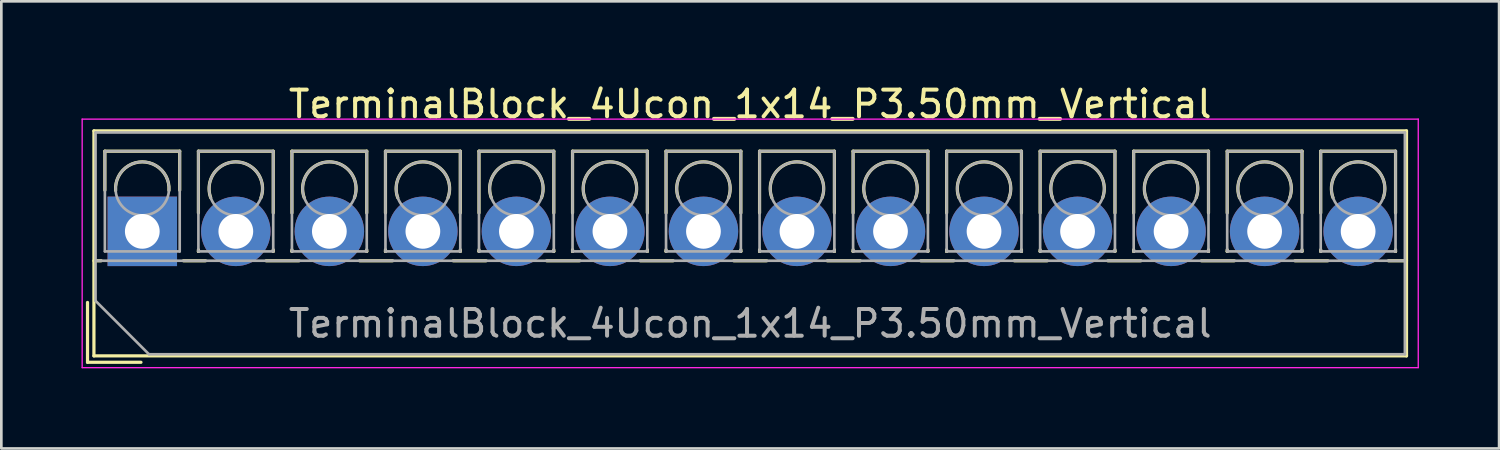
<source format=kicad_pcb>
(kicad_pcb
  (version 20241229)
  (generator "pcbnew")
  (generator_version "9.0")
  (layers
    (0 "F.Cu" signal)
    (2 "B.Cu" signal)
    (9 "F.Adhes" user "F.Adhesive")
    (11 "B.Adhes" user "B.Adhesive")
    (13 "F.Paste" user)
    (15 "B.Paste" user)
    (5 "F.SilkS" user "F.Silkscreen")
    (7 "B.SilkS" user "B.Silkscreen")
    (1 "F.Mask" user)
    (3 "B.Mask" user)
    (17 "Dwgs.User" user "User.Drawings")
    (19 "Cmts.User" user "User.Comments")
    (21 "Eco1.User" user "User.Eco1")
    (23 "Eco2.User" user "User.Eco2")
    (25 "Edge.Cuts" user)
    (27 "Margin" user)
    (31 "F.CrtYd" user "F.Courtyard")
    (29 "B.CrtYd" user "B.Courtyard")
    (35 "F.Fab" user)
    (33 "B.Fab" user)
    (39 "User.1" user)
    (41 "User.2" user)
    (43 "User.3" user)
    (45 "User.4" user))
  (footprint "TerminalBlock_4Ucon_1x14_P3.50mm_Vertical"
    (layer "F.Cu")
    (at 2.275 5.608)
    (property "Reference" "TerminalBlock_4Ucon_1x14_P3.50mm_Vertical" (at 22.75 -4.76 0) (layer "F.SilkS") (effects (font (size 1 1) (thickness 0.15))))
    (attr through_hole)
    (fp_line (start -2.05 2.66) (end -2.05 4.9) (stroke (width 0.12) (type solid)) (layer "F.SilkS"))
    (fp_line (start -2.05 4.9) (end -0.05 4.9) (stroke (width 0.12) (type solid)) (layer "F.SilkS"))
    (fp_line (start -1.81 -3.76) (end -1.81 4.66) (stroke (width 0.12) (type solid)) (layer "F.SilkS"))
    (fp_line (start -1.81 -3.76) (end 47.31 -3.76) (stroke (width 0.12) (type solid)) (layer "F.SilkS"))
    (fp_line (start -1.81 1.101) (end -1.54 1.101) (stroke (width 0.12) (type solid)) (layer "F.SilkS"))
    (fp_line (start -1.81 4.66) (end 47.31 4.66) (stroke (width 0.12) (type solid)) (layer "F.SilkS"))
    (fp_line (start -1.4 -3) (end -1.4 -1.54) (stroke (width 0.12) (type solid)) (layer "F.SilkS"))
    (fp_line (start -1.4 -3) (end 1.4 -3) (stroke (width 0.12) (type solid)) (layer "F.SilkS"))
    (fp_line (start 1.4 -3) (end 1.4 -1.54) (stroke (width 0.12) (type solid)) (layer "F.SilkS"))
    (fp_line (start 1.54 1.101) (end 2.367 1.101) (stroke (width 0.12) (type solid)) (layer "F.SilkS"))
    (fp_line (start 2.1 -3) (end 2.1 -0.689) (stroke (width 0.12) (type solid)) (layer "F.SilkS"))
    (fp_line (start 2.1 -3) (end 4.9 -3) (stroke (width 0.12) (type solid)) (layer "F.SilkS"))
    (fp_line (start 2.1 0.689) (end 2.1 0.75) (stroke (width 0.12) (type solid)) (layer "F.SilkS"))
    (fp_line (start 2.1 0.75) (end 2.101 0.75) (stroke (width 0.12) (type solid)) (layer "F.SilkS"))
    (fp_line (start 4.634 1.101) (end 5.867 1.101) (stroke (width 0.12) (type solid)) (layer "F.SilkS"))
    (fp_line (start 4.9 -3) (end 4.9 -0.689) (stroke (width 0.12) (type solid)) (layer "F.SilkS"))
    (fp_line (start 4.9 0.689) (end 4.9 0.75) (stroke (width 0.12) (type solid)) (layer "F.SilkS"))
    (fp_line (start 4.9 0.75) (end 4.9 0.75) (stroke (width 0.12) (type solid)) (layer "F.SilkS"))
    (fp_line (start 5.6 -3) (end 5.6 -0.689) (stroke (width 0.12) (type solid)) (layer "F.SilkS"))
    (fp_line (start 5.6 -3) (end 8.4 -3) (stroke (width 0.12) (type solid)) (layer "F.SilkS"))
    (fp_line (start 5.6 0.689) (end 5.6 0.75) (stroke (width 0.12) (type solid)) (layer "F.SilkS"))
    (fp_line (start 5.6 0.75) (end 5.601 0.75) (stroke (width 0.12) (type solid)) (layer "F.SilkS"))
    (fp_line (start 8.134 1.101) (end 9.367 1.101) (stroke (width 0.12) (type solid)) (layer "F.SilkS"))
    (fp_line (start 8.4 -3) (end 8.4 -0.689) (stroke (width 0.12) (type solid)) (layer "F.SilkS"))
    (fp_line (start 8.4 0.689) (end 8.4 0.75) (stroke (width 0.12) (type solid)) (layer "F.SilkS"))
    (fp_line (start 8.4 0.75) (end 8.4 0.75) (stroke (width 0.12) (type solid)) (layer "F.SilkS"))
    (fp_line (start 9.1 -3) (end 9.1 -0.689) (stroke (width 0.12) (type solid)) (layer "F.SilkS"))
    (fp_line (start 9.1 -3) (end 11.9 -3) (stroke (width 0.12) (type solid)) (layer "F.SilkS"))
    (fp_line (start 9.1 0.689) (end 9.1 0.75) (stroke (width 0.12) (type solid)) (layer "F.SilkS"))
    (fp_line (start 9.1 0.75) (end 9.101 0.75) (stroke (width 0.12) (type solid)) (layer "F.SilkS"))
    (fp_line (start 11.634 1.101) (end 12.867 1.101) (stroke (width 0.12) (type solid)) (layer "F.SilkS"))
    (fp_line (start 11.9 -3) (end 11.9 -0.689) (stroke (width 0.12) (type solid)) (layer "F.SilkS"))
    (fp_line (start 11.9 0.689) (end 11.9 0.75) (stroke (width 0.12) (type solid)) (layer "F.SilkS"))
    (fp_line (start 11.9 0.75) (end 11.9 0.75) (stroke (width 0.12) (type solid)) (layer "F.SilkS"))
    (fp_line (start 12.6 -3) (end 12.6 -0.689) (stroke (width 0.12) (type solid)) (layer "F.SilkS"))
    (fp_line (start 12.6 -3) (end 15.4 -3) (stroke (width 0.12) (type solid)) (layer "F.SilkS"))
    (fp_line (start 12.6 0.689) (end 12.6 0.75) (stroke (width 0.12) (type solid)) (layer "F.SilkS"))
    (fp_line (start 12.6 0.75) (end 12.601 0.75) (stroke (width 0.12) (type solid)) (layer "F.SilkS"))
    (fp_line (start 15.134 1.101) (end 16.367 1.101) (stroke (width 0.12) (type solid)) (layer "F.SilkS"))
    (fp_line (start 15.4 -3) (end 15.4 -0.689) (stroke (width 0.12) (type solid)) (layer "F.SilkS"))
    (fp_line (start 15.4 0.689) (end 15.4 0.75) (stroke (width 0.12) (type solid)) (layer "F.SilkS"))
    (fp_line (start 15.4 0.75) (end 15.4 0.75) (stroke (width 0.12) (type solid)) (layer "F.SilkS"))
    (fp_line (start 16.101 -3) (end 16.101 -0.689) (stroke (width 0.12) (type solid)) (layer "F.SilkS"))
    (fp_line (start 16.101 -3) (end 18.9 -3) (stroke (width 0.12) (type solid)) (layer "F.SilkS"))
    (fp_line (start 16.101 0.689) (end 16.101 0.75) (stroke (width 0.12) (type solid)) (layer "F.SilkS"))
    (fp_line (start 16.101 0.75) (end 16.101 0.75) (stroke (width 0.12) (type solid)) (layer "F.SilkS"))
    (fp_line (start 18.634 1.101) (end 19.867 1.101) (stroke (width 0.12) (type solid)) (layer "F.SilkS"))
    (fp_line (start 18.9 -3) (end 18.9 -0.689) (stroke (width 0.12) (type solid)) (layer "F.SilkS"))
    (fp_line (start 18.9 0.689) (end 18.9 0.75) (stroke (width 0.12) (type solid)) (layer "F.SilkS"))
    (fp_line (start 18.9 0.75) (end 18.9 0.75) (stroke (width 0.12) (type solid)) (layer "F.SilkS"))
    (fp_line (start 19.6 -3) (end 19.6 -0.689) (stroke (width 0.12) (type solid)) (layer "F.SilkS"))
    (fp_line (start 19.6 -3) (end 22.4 -3) (stroke (width 0.12) (type solid)) (layer "F.SilkS"))
    (fp_line (start 19.6 0.689) (end 19.6 0.75) (stroke (width 0.12) (type solid)) (layer "F.SilkS"))
    (fp_line (start 19.6 0.75) (end 19.601 0.75) (stroke (width 0.12) (type solid)) (layer "F.SilkS"))
    (fp_line (start 22.134 1.101) (end 23.367 1.101) (stroke (width 0.12) (type solid)) (layer "F.SilkS"))
    (fp_line (start 22.4 -3) (end 22.4 -0.689) (stroke (width 0.12) (type solid)) (layer "F.SilkS"))
    (fp_line (start 22.4 0.689) (end 22.4 0.75) (stroke (width 0.12) (type solid)) (layer "F.SilkS"))
    (fp_line (start 22.4 0.75) (end 22.4 0.75) (stroke (width 0.12) (type solid)) (layer "F.SilkS"))
    (fp_line (start 23.1 -3) (end 23.1 -0.689) (stroke (width 0.12) (type solid)) (layer "F.SilkS"))
    (fp_line (start 23.1 -3) (end 25.9 -3) (stroke (width 0.12) (type solid)) (layer "F.SilkS"))
    (fp_line (start 23.1 0.689) (end 23.1 0.75) (stroke (width 0.12) (type solid)) (layer "F.SilkS"))
    (fp_line (start 23.1 0.75) (end 23.101 0.75) (stroke (width 0.12) (type solid)) (layer "F.SilkS"))
    (fp_line (start 25.634 1.101) (end 26.867 1.101) (stroke (width 0.12) (type solid)) (layer "F.SilkS"))
    (fp_line (start 25.9 -3) (end 25.9 -0.689) (stroke (width 0.12) (type solid)) (layer "F.SilkS"))
    (fp_line (start 25.9 0.689) (end 25.9 0.75) (stroke (width 0.12) (type solid)) (layer "F.SilkS"))
    (fp_line (start 25.9 0.75) (end 25.9 0.75) (stroke (width 0.12) (type solid)) (layer "F.SilkS"))
    (fp_line (start 26.6 -3) (end 26.6 -0.689) (stroke (width 0.12) (type solid)) (layer "F.SilkS"))
    (fp_line (start 26.6 -3) (end 29.4 -3) (stroke (width 0.12) (type solid)) (layer "F.SilkS"))
    (fp_line (start 26.6 0.689) (end 26.6 0.75) (stroke (width 0.12) (type solid)) (layer "F.SilkS"))
    (fp_line (start 26.6 0.75) (end 26.601 0.75) (stroke (width 0.12) (type solid)) (layer "F.SilkS"))
    (fp_line (start 29.134 1.101) (end 30.367 1.101) (stroke (width 0.12) (type solid)) (layer "F.SilkS"))
    (fp_line (start 29.4 -3) (end 29.4 -0.689) (stroke (width 0.12) (type solid)) (layer "F.SilkS"))
    (fp_line (start 29.4 0.689) (end 29.4 0.75) (stroke (width 0.12) (type solid)) (layer "F.SilkS"))
    (fp_line (start 29.4 0.75) (end 29.4 0.75) (stroke (width 0.12) (type solid)) (layer "F.SilkS"))
    (fp_line (start 30.1 -3) (end 30.1 -0.689) (stroke (width 0.12) (type solid)) (layer "F.SilkS"))
    (fp_line (start 30.1 -3) (end 32.9 -3) (stroke (width 0.12) (type solid)) (layer "F.SilkS"))
    (fp_line (start 30.1 0.689) (end 30.1 0.75) (stroke (width 0.12) (type solid)) (layer "F.SilkS"))
    (fp_line (start 30.1 0.75) (end 30.101 0.75) (stroke (width 0.12) (type solid)) (layer "F.SilkS"))
    (fp_line (start 32.634 1.101) (end 33.867 1.101) (stroke (width 0.12) (type solid)) (layer "F.SilkS"))
    (fp_line (start 32.9 -3) (end 32.9 -0.689) (stroke (width 0.12) (type solid)) (layer "F.SilkS"))
    (fp_line (start 32.9 0.689) (end 32.9 0.75) (stroke (width 0.12) (type solid)) (layer "F.SilkS"))
    (fp_line (start 32.9 0.75) (end 32.9 0.75) (stroke (width 0.12) (type solid)) (layer "F.SilkS"))
    (fp_line (start 33.6 -3) (end 33.6 -0.689) (stroke (width 0.12) (type solid)) (layer "F.SilkS"))
    (fp_line (start 33.6 -3) (end 36.4 -3) (stroke (width 0.12) (type solid)) (layer "F.SilkS"))
    (fp_line (start 33.6 0.689) (end 33.6 0.75) (stroke (width 0.12) (type solid)) (layer "F.SilkS"))
    (fp_line (start 33.6 0.75) (end 33.601 0.75) (stroke (width 0.12) (type solid)) (layer "F.SilkS"))
    (fp_line (start 36.134 1.101) (end 37.367 1.101) (stroke (width 0.12) (type solid)) (layer "F.SilkS"))
    (fp_line (start 36.4 -3) (end 36.4 -0.689) (stroke (width 0.12) (type solid)) (layer "F.SilkS"))
    (fp_line (start 36.4 0.689) (end 36.4 0.75) (stroke (width 0.12) (type solid)) (layer "F.SilkS"))
    (fp_line (start 36.4 0.75) (end 36.4 0.75) (stroke (width 0.12) (type solid)) (layer "F.SilkS"))
    (fp_line (start 37.1 -3) (end 37.1 -0.689) (stroke (width 0.12) (type solid)) (layer "F.SilkS"))
    (fp_line (start 37.1 -3) (end 39.9 -3) (stroke (width 0.12) (type solid)) (layer "F.SilkS"))
    (fp_line (start 37.1 0.689) (end 37.1 0.75) (stroke (width 0.12) (type solid)) (layer "F.SilkS"))
    (fp_line (start 37.1 0.75) (end 37.101 0.75) (stroke (width 0.12) (type solid)) (layer "F.SilkS"))
    (fp_line (start 39.634 1.101) (end 40.867 1.101) (stroke (width 0.12) (type solid)) (layer "F.SilkS"))
    (fp_line (start 39.9 -3) (end 39.9 -0.689) (stroke (width 0.12) (type solid)) (layer "F.SilkS"))
    (fp_line (start 39.9 0.689) (end 39.9 0.75) (stroke (width 0.12) (type solid)) (layer "F.SilkS"))
    (fp_line (start 39.9 0.75) (end 39.9 0.75) (stroke (width 0.12) (type solid)) (layer "F.SilkS"))
    (fp_line (start 40.6 -3) (end 40.6 -0.689) (stroke (width 0.12) (type solid)) (layer "F.SilkS"))
    (fp_line (start 40.6 -3) (end 43.4 -3) (stroke (width 0.12) (type solid)) (layer "F.SilkS"))
    (fp_line (start 40.6 0.689) (end 40.6 0.75) (stroke (width 0.12) (type solid)) (layer "F.SilkS"))
    (fp_line (start 40.6 0.75) (end 40.601 0.75) (stroke (width 0.12) (type solid)) (layer "F.SilkS"))
    (fp_line (start 43.134 1.101) (end 44.367 1.101) (stroke (width 0.12) (type solid)) (layer "F.SilkS"))
    (fp_line (start 43.4 -3) (end 43.4 -0.689) (stroke (width 0.12) (type solid)) (layer "F.SilkS"))
    (fp_line (start 43.4 0.689) (end 43.4 0.75) (stroke (width 0.12) (type solid)) (layer "F.SilkS"))
    (fp_line (start 43.4 0.75) (end 43.4 0.75) (stroke (width 0.12) (type solid)) (layer "F.SilkS"))
    (fp_line (start 44.1 -3) (end 44.1 -0.689) (stroke (width 0.12) (type solid)) (layer "F.SilkS"))
    (fp_line (start 44.1 -3) (end 46.9 -3) (stroke (width 0.12) (type solid)) (layer "F.SilkS"))
    (fp_line (start 44.1 0.689) (end 44.1 0.75) (stroke (width 0.12) (type solid)) (layer "F.SilkS"))
    (fp_line (start 44.1 0.75) (end 44.101 0.75) (stroke (width 0.12) (type solid)) (layer "F.SilkS"))
    (fp_line (start 46.634 1.101) (end 47.31 1.101) (stroke (width 0.12) (type solid)) (layer "F.SilkS"))
    (fp_line (start 46.9 -3) (end 46.9 -0.689) (stroke (width 0.12) (type solid)) (layer "F.SilkS"))
    (fp_line (start 46.9 0.689) (end 46.9 0.75) (stroke (width 0.12) (type solid)) (layer "F.SilkS"))
    (fp_line (start 46.9 0.75) (end 46.9 0.75) (stroke (width 0.12) (type solid)) (layer "F.SilkS"))
    (fp_line (start 47.31 -3.76) (end 47.31 4.66) (stroke (width 0.12) (type solid)) (layer "F.SilkS"))
    (fp_arc (start -0.99789 -1.529434) (mid -0.000785 -2.600382) (end 0.998 -1.531) (stroke (width 0.12) (type solid)) (layer "F.SilkS"))
    (fp_arc (start 2.560085 -1.257767) (mid 3.499876 -2.600282) (end 4.44 -1.258) (stroke (width 0.12) (type solid)) (layer "F.SilkS"))
    (fp_arc (start 6.060085 -1.257767) (mid 6.999876 -2.600282) (end 7.94 -1.258) (stroke (width 0.12) (type solid)) (layer "F.SilkS"))
    (fp_arc (start 9.560085 -1.257767) (mid 10.499876 -2.600282) (end 11.44 -1.258) (stroke (width 0.12) (type solid)) (layer "F.SilkS"))
    (fp_arc (start 13.060085 -1.257767) (mid 13.999876 -2.600282) (end 14.94 -1.258) (stroke (width 0.12) (type solid)) (layer "F.SilkS"))
    (fp_arc (start 16.560085 -1.257767) (mid 17.499876 -2.600282) (end 18.44 -1.258) (stroke (width 0.12) (type solid)) (layer "F.SilkS"))
    (fp_arc (start 20.060085 -1.257767) (mid 20.999876 -2.600282) (end 21.94 -1.258) (stroke (width 0.12) (type solid)) (layer "F.SilkS"))
    (fp_arc (start 23.560085 -1.257767) (mid 24.499876 -2.600282) (end 25.44 -1.258) (stroke (width 0.12) (type solid)) (layer "F.SilkS"))
    (fp_arc (start 27.060085 -1.257767) (mid 27.999876 -2.600282) (end 28.94 -1.258) (stroke (width 0.12) (type solid)) (layer "F.SilkS"))
    (fp_arc (start 30.560085 -1.257767) (mid 31.499876 -2.600282) (end 32.44 -1.258) (stroke (width 0.12) (type solid)) (layer "F.SilkS"))
    (fp_arc (start 34.060085 -1.257767) (mid 34.999876 -2.600282) (end 35.94 -1.258) (stroke (width 0.12) (type solid)) (layer "F.SilkS"))
    (fp_arc (start 37.560085 -1.257767) (mid 38.499876 -2.600282) (end 39.44 -1.258) (stroke (width 0.12) (type solid)) (layer "F.SilkS"))
    (fp_arc (start 41.060085 -1.257767) (mid 41.999876 -2.600282) (end 42.94 -1.258) (stroke (width 0.12) (type solid)) (layer "F.SilkS"))
    (fp_arc (start 44.560085 -1.257767) (mid 45.499876 -2.600282) (end 46.44 -1.258) (stroke (width 0.12) (type solid)) (layer "F.SilkS"))
    (fp_line (start -2.25 -4.2) (end -2.25 5.1) (stroke (width 0.05) (type solid)) (layer "F.CrtYd"))
    (fp_line (start -2.25 5.1) (end 47.75 5.1) (stroke (width 0.05) (type solid)) (layer "F.CrtYd"))
    (fp_line (start 47.75 -4.2) (end -2.25 -4.2) (stroke (width 0.05) (type solid)) (layer "F.CrtYd"))
    (fp_line (start 47.75 5.1) (end 47.75 -4.2) (stroke (width 0.05) (type solid)) (layer "F.CrtYd"))
    (fp_line (start -1.75 -3.7) (end 47.25 -3.7) (stroke (width 0.1) (type solid)) (layer "F.Fab"))
    (fp_line (start -1.75 1.1) (end 47.25 1.1) (stroke (width 0.1) (type solid)) (layer "F.Fab"))
    (fp_line (start -1.75 2.6) (end -1.75 -3.7) (stroke (width 0.1) (type solid)) (layer "F.Fab"))
    (fp_line (start -1.4 -3) (end -1.4 0.75) (stroke (width 0.1) (type solid)) (layer "F.Fab"))
    (fp_line (start -1.4 0.75) (end 1.4 0.75) (stroke (width 0.1) (type solid)) (layer "F.Fab"))
    (fp_line (start 0.25 4.6) (end -1.75 2.6) (stroke (width 0.1) (type solid)) (layer "F.Fab"))
    (fp_line (start 1.4 -3) (end -1.4 -3) (stroke (width 0.1) (type solid)) (layer "F.Fab"))
    (fp_line (start 1.4 0.75) (end 1.4 -3) (stroke (width 0.1) (type solid)) (layer "F.Fab"))
    (fp_line (start 2.1 -3) (end 2.1 0.75) (stroke (width 0.1) (type solid)) (layer "F.Fab"))
    (fp_line (start 2.1 0.75) (end 4.9 0.75) (stroke (width 0.1) (type solid)) (layer "F.Fab"))
    (fp_line (start 4.9 -3) (end 2.1 -3) (stroke (width 0.1) (type solid)) (layer "F.Fab"))
    (fp_line (start 4.9 0.75) (end 4.9 -3) (stroke (width 0.1) (type solid)) (layer "F.Fab"))
    (fp_line (start 5.6 -3) (end 5.6 0.75) (stroke (width 0.1) (type solid)) (layer "F.Fab"))
    (fp_line (start 5.6 0.75) (end 8.4 0.75) (stroke (width 0.1) (type solid)) (layer "F.Fab"))
    (fp_line (start 8.4 -3) (end 5.6 -3) (stroke (width 0.1) (type solid)) (layer "F.Fab"))
    (fp_line (start 8.4 0.75) (end 8.4 -3) (stroke (width 0.1) (type solid)) (layer "F.Fab"))
    (fp_line (start 9.1 -3) (end 9.1 0.75) (stroke (width 0.1) (type solid)) (layer "F.Fab"))
    (fp_line (start 9.1 0.75) (end 11.9 0.75) (stroke (width 0.1) (type solid)) (layer "F.Fab"))
    (fp_line (start 11.9 -3) (end 9.1 -3) (stroke (width 0.1) (type solid)) (layer "F.Fab"))
    (fp_line (start 11.9 0.75) (end 11.9 -3) (stroke (width 0.1) (type solid)) (layer "F.Fab"))
    (fp_line (start 12.6 -3) (end 12.6 0.75) (stroke (width 0.1) (type solid)) (layer "F.Fab"))
    (fp_line (start 12.6 0.75) (end 15.4 0.75) (stroke (width 0.1) (type solid)) (layer "F.Fab"))
    (fp_line (start 15.4 -3) (end 12.6 -3) (stroke (width 0.1) (type solid)) (layer "F.Fab"))
    (fp_line (start 15.4 0.75) (end 15.4 -3) (stroke (width 0.1) (type solid)) (layer "F.Fab"))
    (fp_line (start 16.101 -3) (end 16.101 0.75) (stroke (width 0.1) (type solid)) (layer "F.Fab"))
    (fp_line (start 16.101 0.75) (end 18.9 0.75) (stroke (width 0.1) (type solid)) (layer "F.Fab"))
    (fp_line (start 18.9 -3) (end 16.101 -3) (stroke (width 0.1) (type solid)) (layer "F.Fab"))
    (fp_line (start 18.9 0.75) (end 18.9 -3) (stroke (width 0.1) (type solid)) (layer "F.Fab"))
    (fp_line (start 19.6 -3) (end 19.6 0.75) (stroke (width 0.1) (type solid)) (layer "F.Fab"))
    (fp_line (start 19.6 0.75) (end 22.4 0.75) (stroke (width 0.1) (type solid)) (layer "F.Fab"))
    (fp_line (start 22.4 -3) (end 19.6 -3) (stroke (width 0.1) (type solid)) (layer "F.Fab"))
    (fp_line (start 22.4 0.75) (end 22.4 -3) (stroke (width 0.1) (type solid)) (layer "F.Fab"))
    (fp_line (start 23.1 -3) (end 23.1 0.75) (stroke (width 0.1) (type solid)) (layer "F.Fab"))
    (fp_line (start 23.1 0.75) (end 25.9 0.75) (stroke (width 0.1) (type solid)) (layer "F.Fab"))
    (fp_line (start 25.9 -3) (end 23.1 -3) (stroke (width 0.1) (type solid)) (layer "F.Fab"))
    (fp_line (start 25.9 0.75) (end 25.9 -3) (stroke (width 0.1) (type solid)) (layer "F.Fab"))
    (fp_line (start 26.6 -3) (end 26.6 0.75) (stroke (width 0.1) (type solid)) (layer "F.Fab"))
    (fp_line (start 26.6 0.75) (end 29.4 0.75) (stroke (width 0.1) (type solid)) (layer "F.Fab"))
    (fp_line (start 29.4 -3) (end 26.6 -3) (stroke (width 0.1) (type solid)) (layer "F.Fab"))
    (fp_line (start 29.4 0.75) (end 29.4 -3) (stroke (width 0.1) (type solid)) (layer "F.Fab"))
    (fp_line (start 30.1 -3) (end 30.1 0.75) (stroke (width 0.1) (type solid)) (layer "F.Fab"))
    (fp_line (start 30.1 0.75) (end 32.9 0.75) (stroke (width 0.1) (type solid)) (layer "F.Fab"))
    (fp_line (start 32.9 -3) (end 30.1 -3) (stroke (width 0.1) (type solid)) (layer "F.Fab"))
    (fp_line (start 32.9 0.75) (end 32.9 -3) (stroke (width 0.1) (type solid)) (layer "F.Fab"))
    (fp_line (start 33.6 -3) (end 33.6 0.75) (stroke (width 0.1) (type solid)) (layer "F.Fab"))
    (fp_line (start 33.6 0.75) (end 36.4 0.75) (stroke (width 0.1) (type solid)) (layer "F.Fab"))
    (fp_line (start 36.4 -3) (end 33.6 -3) (stroke (width 0.1) (type solid)) (layer "F.Fab"))
    (fp_line (start 36.4 0.75) (end 36.4 -3) (stroke (width 0.1) (type solid)) (layer "F.Fab"))
    (fp_line (start 37.1 -3) (end 37.1 0.75) (stroke (width 0.1) (type solid)) (layer "F.Fab"))
    (fp_line (start 37.1 0.75) (end 39.9 0.75) (stroke (width 0.1) (type solid)) (layer "F.Fab"))
    (fp_line (start 39.9 -3) (end 37.1 -3) (stroke (width 0.1) (type solid)) (layer "F.Fab"))
    (fp_line (start 39.9 0.75) (end 39.9 -3) (stroke (width 0.1) (type solid)) (layer "F.Fab"))
    (fp_line (start 40.6 -3) (end 40.6 0.75) (stroke (width 0.1) (type solid)) (layer "F.Fab"))
    (fp_line (start 40.6 0.75) (end 43.4 0.75) (stroke (width 0.1) (type solid)) (layer "F.Fab"))
    (fp_line (start 43.4 -3) (end 40.6 -3) (stroke (width 0.1) (type solid)) (layer "F.Fab"))
    (fp_line (start 43.4 0.75) (end 43.4 -3) (stroke (width 0.1) (type solid)) (layer "F.Fab"))
    (fp_line (start 44.1 -3) (end 44.1 0.75) (stroke (width 0.1) (type solid)) (layer "F.Fab"))
    (fp_line (start 44.1 0.75) (end 46.9 0.75) (stroke (width 0.1) (type solid)) (layer "F.Fab"))
    (fp_line (start 46.9 -3) (end 44.1 -3) (stroke (width 0.1) (type solid)) (layer "F.Fab"))
    (fp_line (start 46.9 0.75) (end 46.9 -3) (stroke (width 0.1) (type solid)) (layer "F.Fab"))
    (fp_line (start 47.25 -3.7) (end 47.25 4.6) (stroke (width 0.1) (type solid)) (layer "F.Fab"))
    (fp_line (start 47.25 4.6) (end 0.25 4.6) (stroke (width 0.1) (type solid)) (layer "F.Fab"))
    (fp_circle (center 0 -1.6) (end 1 -1.6) (stroke (width 0.1) (type solid)) (fill no) (layer "F.Fab"))
    (fp_circle (center 3.5 -1.6) (end 4.5 -1.6) (stroke (width 0.1) (type solid)) (fill no) (layer "F.Fab"))
    (fp_circle (center 7 -1.6) (end 8 -1.6) (stroke (width 0.1) (type solid)) (fill no) (layer "F.Fab"))
    (fp_circle (center 10.5 -1.6) (end 11.5 -1.6) (stroke (width 0.1) (type solid)) (fill no) (layer "F.Fab"))
    (fp_circle (center 14 -1.6) (end 15 -1.6) (stroke (width 0.1) (type solid)) (fill no) (layer "F.Fab"))
    (fp_circle (center 17.5 -1.6) (end 18.5 -1.6) (stroke (width 0.1) (type solid)) (fill no) (layer "F.Fab"))
    (fp_circle (center 21 -1.6) (end 22 -1.6) (stroke (width 0.1) (type solid)) (fill no) (layer "F.Fab"))
    (fp_circle (center 24.5 -1.6) (end 25.5 -1.6) (stroke (width 0.1) (type solid)) (fill no) (layer "F.Fab"))
    (fp_circle (center 28 -1.6) (end 29 -1.6) (stroke (width 0.1) (type solid)) (fill no) (layer "F.Fab"))
    (fp_circle (center 31.5 -1.6) (end 32.5 -1.6) (stroke (width 0.1) (type solid)) (fill no) (layer "F.Fab"))
    (fp_circle (center 35 -1.6) (end 36 -1.6) (stroke (width 0.1) (type solid)) (fill no) (layer "F.Fab"))
    (fp_circle (center 38.5 -1.6) (end 39.5 -1.6) (stroke (width 0.1) (type solid)) (fill no) (layer "F.Fab"))
    (fp_circle (center 42 -1.6) (end 43 -1.6) (stroke (width 0.1) (type solid)) (fill no) (layer "F.Fab"))
    (fp_circle (center 45.5 -1.6) (end 46.5 -1.6) (stroke (width 0.1) (type solid)) (fill no) (layer "F.Fab"))
    (fp_text user "${REFERENCE}" (at 22.75 3.45 0) (layer "F.Fab") (effects (font (size 1 1) (thickness 0.15))))
    (pad "1" thru_hole rect (at 0 0) (size 2.6 2.6) (drill 1.3) (layers "*.Cu" "*.Mask"))
    (pad "2" thru_hole circle (at 3.5 0) (size 2.6 2.6) (drill 1.3) (layers "*.Cu" "*.Mask"))
    (pad "3" thru_hole circle (at 7 0) (size 2.6 2.6) (drill 1.3) (layers "*.Cu" "*.Mask"))
    (pad "4" thru_hole circle (at 10.5 0) (size 2.6 2.6) (drill 1.3) (layers "*.Cu" "*.Mask"))
    (pad "5" thru_hole circle (at 14 0) (size 2.6 2.6) (drill 1.3) (layers "*.Cu" "*.Mask"))
    (pad "6" thru_hole circle (at 17.5 0) (size 2.6 2.6) (drill 1.3) (layers "*.Cu" "*.Mask"))
    (pad "7" thru_hole circle (at 21 0) (size 2.6 2.6) (drill 1.3) (layers "*.Cu" "*.Mask"))
    (pad "8" thru_hole circle (at 24.5 0) (size 2.6 2.6) (drill 1.3) (layers "*.Cu" "*.Mask"))
    (pad "9" thru_hole circle (at 28 0) (size 2.6 2.6) (drill 1.3) (layers "*.Cu" "*.Mask"))
    (pad "10" thru_hole circle (at 31.5 0) (size 2.6 2.6) (drill 1.3) (layers "*.Cu" "*.Mask"))
    (pad "11" thru_hole circle (at 35 0) (size 2.6 2.6) (drill 1.3) (layers "*.Cu" "*.Mask"))
    (pad "12" thru_hole circle (at 38.5 0) (size 2.6 2.6) (drill 1.3) (layers "*.Cu" "*.Mask"))
    (pad "13" thru_hole circle (at 42 0) (size 2.6 2.6) (drill 1.3) (layers "*.Cu" "*.Mask"))
    (pad "14" thru_hole circle (at 45.5 0) (size 2.6 2.6) (drill 1.3) (layers "*.Cu" "*.Mask")))
  (gr_rect
    (start -3 -3)
    (end 53.05 13.733)
    (stroke (width 0.1) (type default))
    (fill no)
    (layer "Edge.Cuts")))
</source>
